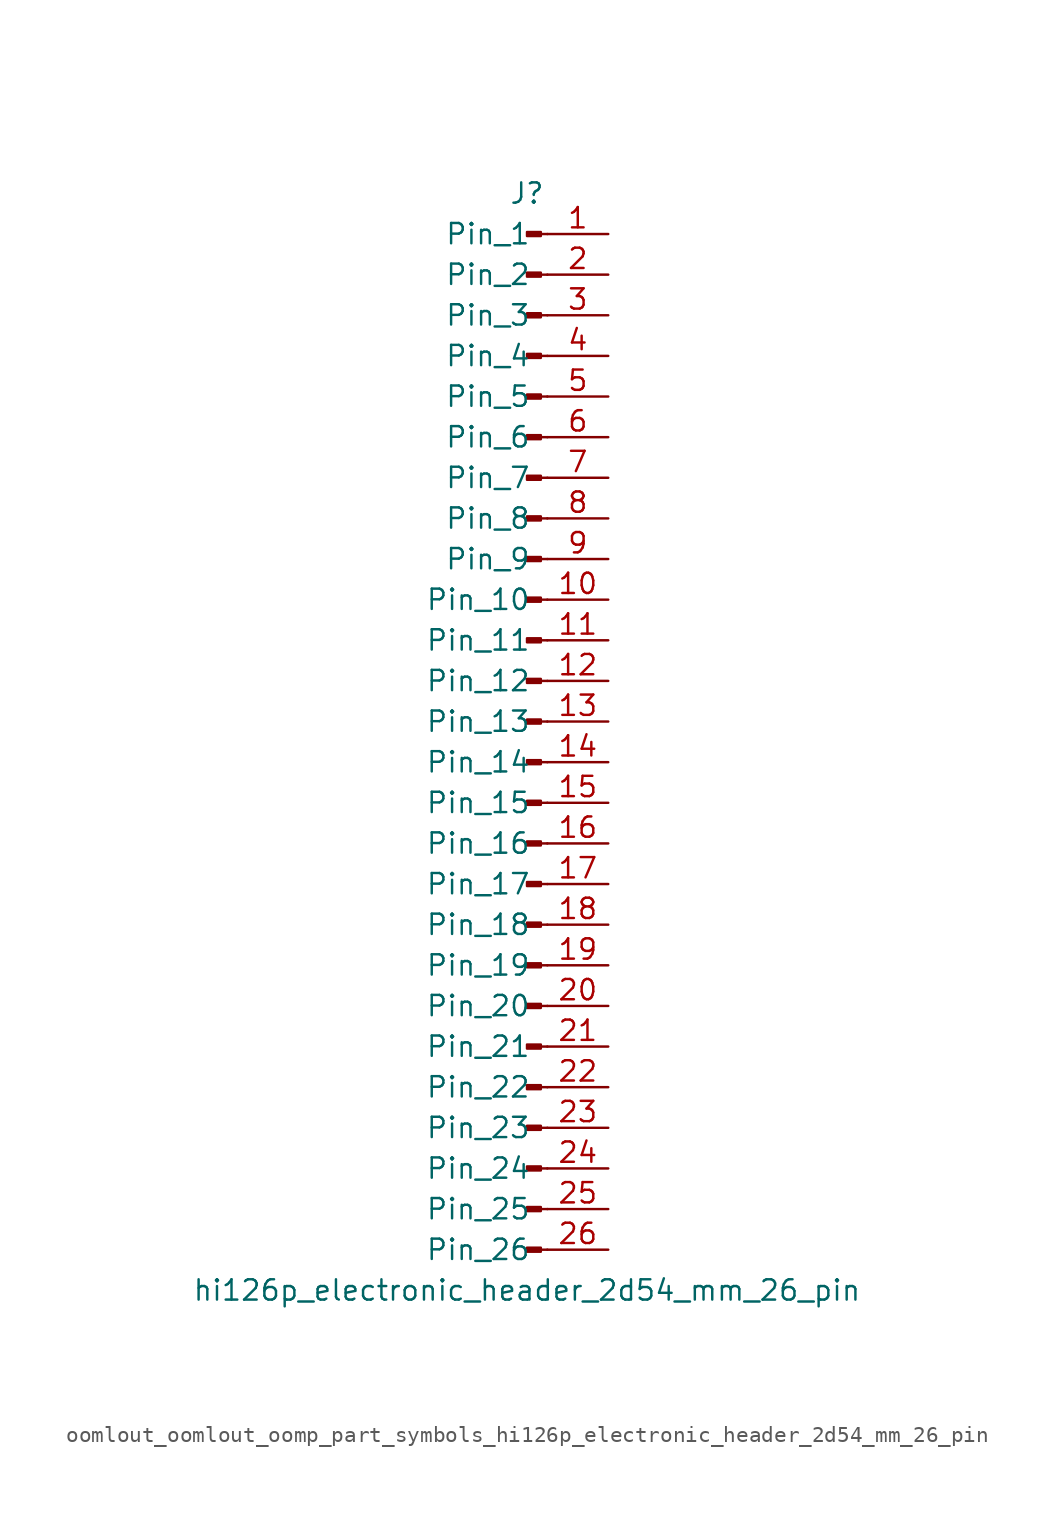
<source format=kicad_sym>
(kicad_symbol_lib
  (version 20220914)
  (generator kicad_symbol_editor)
  (symbol "oomlout_oomlout_oomp_part_symbols_hi126p_electronic_header_2d54_mm_26_pin"
    (pin_names
      (offset 1.016))
    (property "Reference" "J"
      (at 0 33.02 0)
      (effects (font (size 1.27 1.27))))
    (property "Value" "hi126p_electronic_header_2d54_mm_26_pin"
      (at 0 -35.56 0)
      (effects (font (size 1.27 1.27))))
    (property "ki_locked" ""
      (at 0 0 0)
      (effects (font (size 1.27 1.27))))
    (symbol "oomlout_oomlout_oomp_part_symbols_hi126p_electronic_header_2d54_mm_26_pin_1_1"
      (polyline (pts (xy 1.27 -33.02) (xy 0.864 -33.02)) (stroke (width 0.152) (type default)) (fill (type none)))
      (polyline (pts (xy 1.27 -30.48) (xy 0.864 -30.48)) (stroke (width 0.152) (type default)) (fill (type none)))
      (polyline (pts (xy 1.27 -27.94) (xy 0.864 -27.94)) (stroke (width 0.152) (type default)) (fill (type none)))
      (polyline (pts (xy 1.27 -25.4) (xy 0.864 -25.4)) (stroke (width 0.152) (type default)) (fill (type none)))
      (polyline (pts (xy 1.27 -22.86) (xy 0.864 -22.86)) (stroke (width 0.152) (type default)) (fill (type none)))
      (polyline (pts (xy 1.27 -20.32) (xy 0.864 -20.32)) (stroke (width 0.152) (type default)) (fill (type none)))
      (polyline (pts (xy 1.27 -17.78) (xy 0.864 -17.78)) (stroke (width 0.152) (type default)) (fill (type none)))
      (polyline (pts (xy 1.27 -15.24) (xy 0.864 -15.24)) (stroke (width 0.152) (type default)) (fill (type none)))
      (polyline (pts (xy 1.27 -12.7) (xy 0.864 -12.7)) (stroke (width 0.152) (type default)) (fill (type none)))
      (polyline (pts (xy 1.27 -10.16) (xy 0.864 -10.16)) (stroke (width 0.152) (type default)) (fill (type none)))
      (polyline (pts (xy 1.27 -7.62) (xy 0.864 -7.62)) (stroke (width 0.152) (type default)) (fill (type none)))
      (polyline (pts (xy 1.27 -5.08) (xy 0.864 -5.08)) (stroke (width 0.152) (type default)) (fill (type none)))
      (polyline (pts (xy 1.27 -2.54) (xy 0.864 -2.54)) (stroke (width 0.152) (type default)) (fill (type none)))
      (polyline (pts (xy 1.27 0) (xy 0.864 0)) (stroke (width 0.152) (type default)) (fill (type none)))
      (polyline (pts (xy 1.27 2.54) (xy 0.864 2.54)) (stroke (width 0.152) (type default)) (fill (type none)))
      (polyline (pts (xy 1.27 5.08) (xy 0.864 5.08)) (stroke (width 0.152) (type default)) (fill (type none)))
      (polyline (pts (xy 1.27 7.62) (xy 0.864 7.62)) (stroke (width 0.152) (type default)) (fill (type none)))
      (polyline (pts (xy 1.27 10.16) (xy 0.864 10.16)) (stroke (width 0.152) (type default)) (fill (type none)))
      (polyline (pts (xy 1.27 12.7) (xy 0.864 12.7)) (stroke (width 0.152) (type default)) (fill (type none)))
      (polyline (pts (xy 1.27 15.24) (xy 0.864 15.24)) (stroke (width 0.152) (type default)) (fill (type none)))
      (polyline (pts (xy 1.27 17.78) (xy 0.864 17.78)) (stroke (width 0.152) (type default)) (fill (type none)))
      (polyline (pts (xy 1.27 20.32) (xy 0.864 20.32)) (stroke (width 0.152) (type default)) (fill (type none)))
      (polyline (pts (xy 1.27 22.86) (xy 0.864 22.86)) (stroke (width 0.152) (type default)) (fill (type none)))
      (polyline (pts (xy 1.27 25.4) (xy 0.864 25.4)) (stroke (width 0.152) (type default)) (fill (type none)))
      (polyline (pts (xy 1.27 27.94) (xy 0.864 27.94)) (stroke (width 0.152) (type default)) (fill (type none)))
      (polyline (pts (xy 1.27 30.48) (xy 0.864 30.48)) (stroke (width 0.152) (type default)) (fill (type none)))
      (rectangle (start 0.864 -32.893) (end 0 -33.147) (stroke (width 0.152) (type default)) (fill (type outline)))
      (rectangle (start 0.864 -30.353) (end 0 -30.607) (stroke (width 0.152) (type default)) (fill (type outline)))
      (rectangle (start 0.864 -27.813) (end 0 -28.067) (stroke (width 0.152) (type default)) (fill (type outline)))
      (rectangle (start 0.864 -25.273) (end 0 -25.527) (stroke (width 0.152) (type default)) (fill (type outline)))
      (rectangle (start 0.864 -22.733) (end 0 -22.987) (stroke (width 0.152) (type default)) (fill (type outline)))
      (rectangle (start 0.864 -20.193) (end 0 -20.447) (stroke (width 0.152) (type default)) (fill (type outline)))
      (rectangle (start 0.864 -17.653) (end 0 -17.907) (stroke (width 0.152) (type default)) (fill (type outline)))
      (rectangle (start 0.864 -15.113) (end 0 -15.367) (stroke (width 0.152) (type default)) (fill (type outline)))
      (rectangle (start 0.864 -12.573) (end 0 -12.827) (stroke (width 0.152) (type default)) (fill (type outline)))
      (rectangle (start 0.864 -10.033) (end 0 -10.287) (stroke (width 0.152) (type default)) (fill (type outline)))
      (rectangle (start 0.864 -7.493) (end 0 -7.747) (stroke (width 0.152) (type default)) (fill (type outline)))
      (rectangle (start 0.864 -4.953) (end 0 -5.207) (stroke (width 0.152) (type default)) (fill (type outline)))
      (rectangle (start 0.864 -2.413) (end 0 -2.667) (stroke (width 0.152) (type default)) (fill (type outline)))
      (rectangle (start 0.864 0.127) (end 0 -0.127) (stroke (width 0.152) (type default)) (fill (type outline)))
      (rectangle (start 0.864 2.667) (end 0 2.413) (stroke (width 0.152) (type default)) (fill (type outline)))
      (rectangle (start 0.864 5.207) (end 0 4.953) (stroke (width 0.152) (type default)) (fill (type outline)))
      (rectangle (start 0.864 7.747) (end 0 7.493) (stroke (width 0.152) (type default)) (fill (type outline)))
      (rectangle (start 0.864 10.287) (end 0 10.033) (stroke (width 0.152) (type default)) (fill (type outline)))
      (rectangle (start 0.864 12.827) (end 0 12.573) (stroke (width 0.152) (type default)) (fill (type outline)))
      (rectangle (start 0.864 15.367) (end 0 15.113) (stroke (width 0.152) (type default)) (fill (type outline)))
      (rectangle (start 0.864 17.907) (end 0 17.653) (stroke (width 0.152) (type default)) (fill (type outline)))
      (rectangle (start 0.864 20.447) (end 0 20.193) (stroke (width 0.152) (type default)) (fill (type outline)))
      (rectangle (start 0.864 22.987) (end 0 22.733) (stroke (width 0.152) (type default)) (fill (type outline)))
      (rectangle (start 0.864 25.527) (end 0 25.273) (stroke (width 0.152) (type default)) (fill (type outline)))
      (rectangle (start 0.864 28.067) (end 0 27.813) (stroke (width 0.152) (type default)) (fill (type outline)))
      (rectangle (start 0.864 30.607) (end 0 30.353) (stroke (width 0.152) (type default)) (fill (type outline)))
      (pin passive line (at 5.08 30.48 180) (length 3.81) (name "Pin_1" (effects (font (size 1.27 1.27)))) (number "1" (effects (font (size 1.27 1.27)))))
      (pin passive line (at 5.08 7.62 180) (length 3.81) (name "Pin_10" (effects (font (size 1.27 1.27)))) (number "10" (effects (font (size 1.27 1.27)))))
      (pin passive line (at 5.08 5.08 180) (length 3.81) (name "Pin_11" (effects (font (size 1.27 1.27)))) (number "11" (effects (font (size 1.27 1.27)))))
      (pin passive line (at 5.08 2.54 180) (length 3.81) (name "Pin_12" (effects (font (size 1.27 1.27)))) (number "12" (effects (font (size 1.27 1.27)))))
      (pin passive line (at 5.08 0 180) (length 3.81) (name "Pin_13" (effects (font (size 1.27 1.27)))) (number "13" (effects (font (size 1.27 1.27)))))
      (pin passive line (at 5.08 -2.54 180) (length 3.81) (name "Pin_14" (effects (font (size 1.27 1.27)))) (number "14" (effects (font (size 1.27 1.27)))))
      (pin passive line (at 5.08 -5.08 180) (length 3.81) (name "Pin_15" (effects (font (size 1.27 1.27)))) (number "15" (effects (font (size 1.27 1.27)))))
      (pin passive line (at 5.08 -7.62 180) (length 3.81) (name "Pin_16" (effects (font (size 1.27 1.27)))) (number "16" (effects (font (size 1.27 1.27)))))
      (pin passive line (at 5.08 -10.16 180) (length 3.81) (name "Pin_17" (effects (font (size 1.27 1.27)))) (number "17" (effects (font (size 1.27 1.27)))))
      (pin passive line (at 5.08 -12.7 180) (length 3.81) (name "Pin_18" (effects (font (size 1.27 1.27)))) (number "18" (effects (font (size 1.27 1.27)))))
      (pin passive line (at 5.08 -15.24 180) (length 3.81) (name "Pin_19" (effects (font (size 1.27 1.27)))) (number "19" (effects (font (size 1.27 1.27)))))
      (pin passive line (at 5.08 27.94 180) (length 3.81) (name "Pin_2" (effects (font (size 1.27 1.27)))) (number "2" (effects (font (size 1.27 1.27)))))
      (pin passive line (at 5.08 -17.78 180) (length 3.81) (name "Pin_20" (effects (font (size 1.27 1.27)))) (number "20" (effects (font (size 1.27 1.27)))))
      (pin passive line (at 5.08 -20.32 180) (length 3.81) (name "Pin_21" (effects (font (size 1.27 1.27)))) (number "21" (effects (font (size 1.27 1.27)))))
      (pin passive line (at 5.08 -22.86 180) (length 3.81) (name "Pin_22" (effects (font (size 1.27 1.27)))) (number "22" (effects (font (size 1.27 1.27)))))
      (pin passive line (at 5.08 -25.4 180) (length 3.81) (name "Pin_23" (effects (font (size 1.27 1.27)))) (number "23" (effects (font (size 1.27 1.27)))))
      (pin passive line (at 5.08 -27.94 180) (length 3.81) (name "Pin_24" (effects (font (size 1.27 1.27)))) (number "24" (effects (font (size 1.27 1.27)))))
      (pin passive line (at 5.08 -30.48 180) (length 3.81) (name "Pin_25" (effects (font (size 1.27 1.27)))) (number "25" (effects (font (size 1.27 1.27)))))
      (pin passive line (at 5.08 -33.02 180) (length 3.81) (name "Pin_26" (effects (font (size 1.27 1.27)))) (number "26" (effects (font (size 1.27 1.27)))))
      (pin passive line (at 5.08 25.4 180) (length 3.81) (name "Pin_3" (effects (font (size 1.27 1.27)))) (number "3" (effects (font (size 1.27 1.27)))))
      (pin passive line (at 5.08 22.86 180) (length 3.81) (name "Pin_4" (effects (font (size 1.27 1.27)))) (number "4" (effects (font (size 1.27 1.27)))))
      (pin passive line (at 5.08 20.32 180) (length 3.81) (name "Pin_5" (effects (font (size 1.27 1.27)))) (number "5" (effects (font (size 1.27 1.27)))))
      (pin passive line (at 5.08 17.78 180) (length 3.81) (name "Pin_6" (effects (font (size 1.27 1.27)))) (number "6" (effects (font (size 1.27 1.27)))))
      (pin passive line (at 5.08 15.24 180) (length 3.81) (name "Pin_7" (effects (font (size 1.27 1.27)))) (number "7" (effects (font (size 1.27 1.27)))))
      (pin passive line (at 5.08 12.7 180) (length 3.81) (name "Pin_8" (effects (font (size 1.27 1.27)))) (number "8" (effects (font (size 1.27 1.27)))))
      (pin passive line (at 5.08 10.16 180) (length 3.81) (name "Pin_9" (effects (font (size 1.27 1.27)))) (number "9" (effects (font (size 1.27 1.27))))))))
</source>
